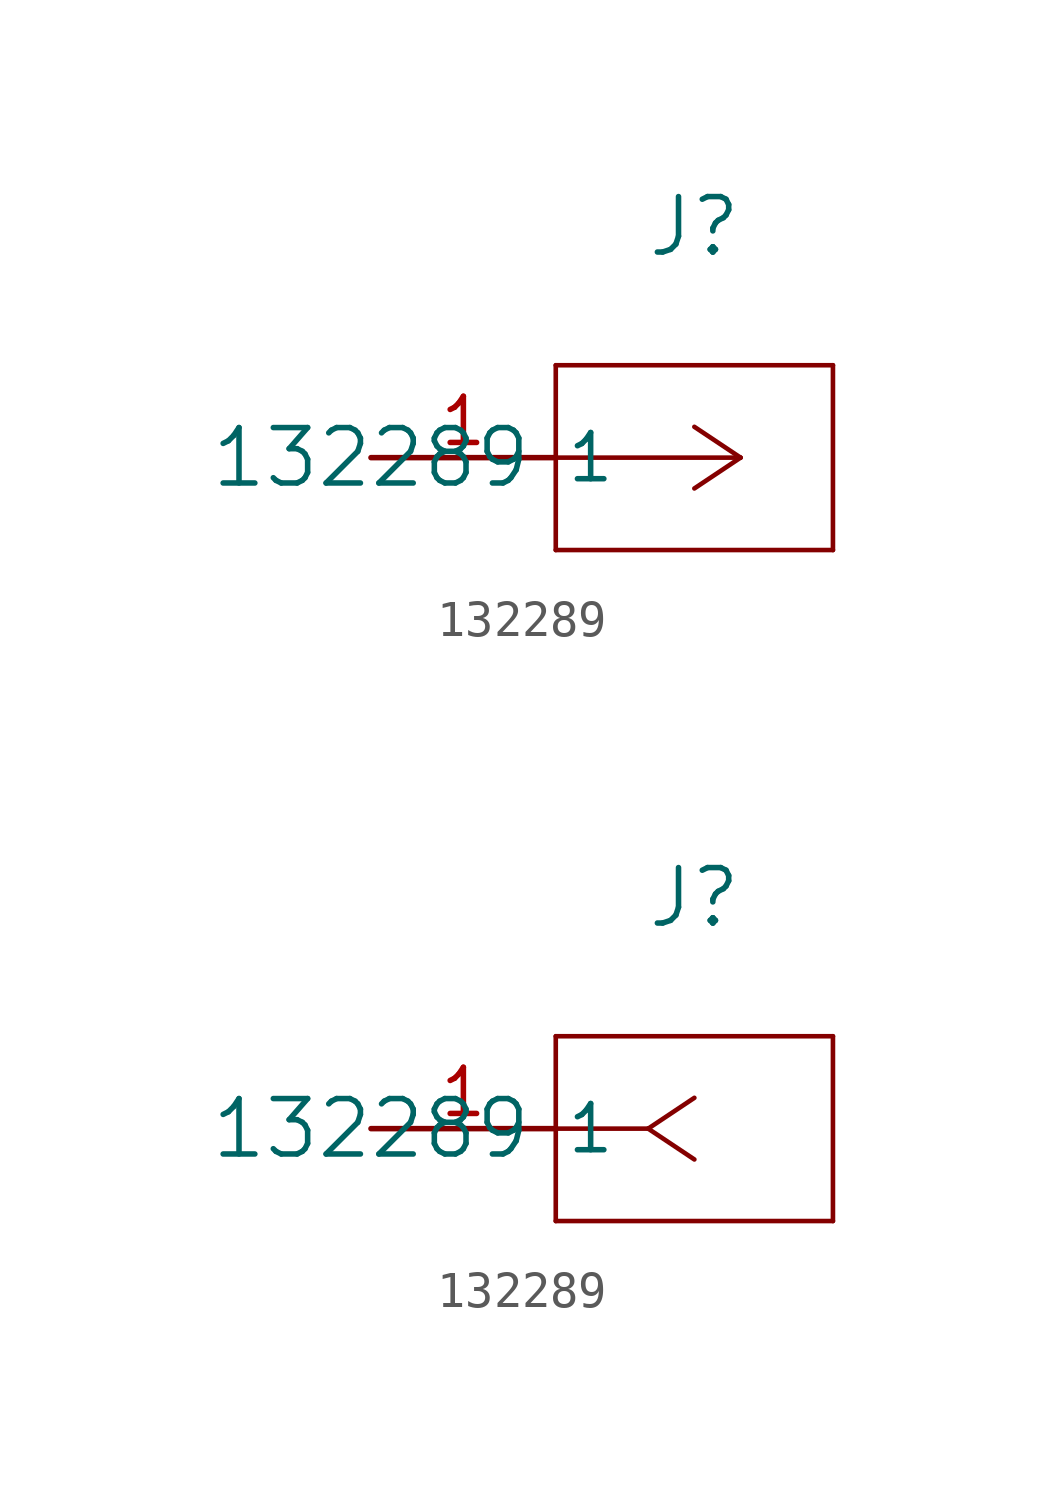
<source format=kicad_sym>
(kicad_symbol_lib
  (version 20211014)
  (generator kicad_symbol_editor)
  (symbol "132289"
    (pin_names
      (offset 0.254))
    (property "Reference" "J"
      (at 8.89 6.35 0)
      (effects (font (size 1.524 1.524))))
    (property "Value" "132289"
      (at 0 0 0)
      (effects (font (size 1.524 1.524))))
    (symbol "132289_1_1"
      (polyline (pts (xy 10.16 0) (xy 5.08 0)) (stroke (width 0.127) (type default) (color 0 0 0 0)) (fill (type none)))
      (polyline (pts (xy 10.16 0) (xy 8.89 0.847)) (stroke (width 0.127) (type default) (color 0 0 0 0)) (fill (type none)))
      (polyline (pts (xy 10.16 0) (xy 8.89 -0.847)) (stroke (width 0.127) (type default) (color 0 0 0 0)) (fill (type none)))
      (polyline (pts (xy 5.08 2.54) (xy 5.08 -2.54)) (stroke (width 0.127) (type default) (color 0 0 0 0)) (fill (type none)))
      (polyline (pts (xy 5.08 -2.54) (xy 12.7 -2.54)) (stroke (width 0.127) (type default) (color 0 0 0 0)) (fill (type none)))
      (polyline (pts (xy 12.7 -2.54) (xy 12.7 2.54)) (stroke (width 0.127) (type default) (color 0 0 0 0)) (fill (type none)))
      (polyline (pts (xy 12.7 2.54) (xy 5.08 2.54)) (stroke (width 0.127) (type default) (color 0 0 0 0)) (fill (type none)))
      (pin unspecified line (at 0 0 0) (length 5.08) (name "1" (effects (font (size 1.27 1.27)))) (number "1" (effects (font (size 1.27 1.27))))))
    (symbol "132289_1_2"
      (polyline (pts (xy 7.62 0) (xy 5.08 0)) (stroke (width 0.127) (type default) (color 0 0 0 0)) (fill (type none)))
      (polyline (pts (xy 7.62 0) (xy 8.89 0.847)) (stroke (width 0.127) (type default) (color 0 0 0 0)) (fill (type none)))
      (polyline (pts (xy 7.62 0) (xy 8.89 -0.847)) (stroke (width 0.127) (type default) (color 0 0 0 0)) (fill (type none)))
      (polyline (pts (xy 5.08 2.54) (xy 5.08 -2.54)) (stroke (width 0.127) (type default) (color 0 0 0 0)) (fill (type none)))
      (polyline (pts (xy 5.08 -2.54) (xy 12.7 -2.54)) (stroke (width 0.127) (type default) (color 0 0 0 0)) (fill (type none)))
      (polyline (pts (xy 12.7 -2.54) (xy 12.7 2.54)) (stroke (width 0.127) (type default) (color 0 0 0 0)) (fill (type none)))
      (polyline (pts (xy 12.7 2.54) (xy 5.08 2.54)) (stroke (width 0.127) (type default) (color 0 0 0 0)) (fill (type none)))
      (pin unspecified line (at 0 0 0) (length 5.08) (name "1" (effects (font (size 1.27 1.27)))) (number "1" (effects (font (size 1.27 1.27))))))))
</source>
